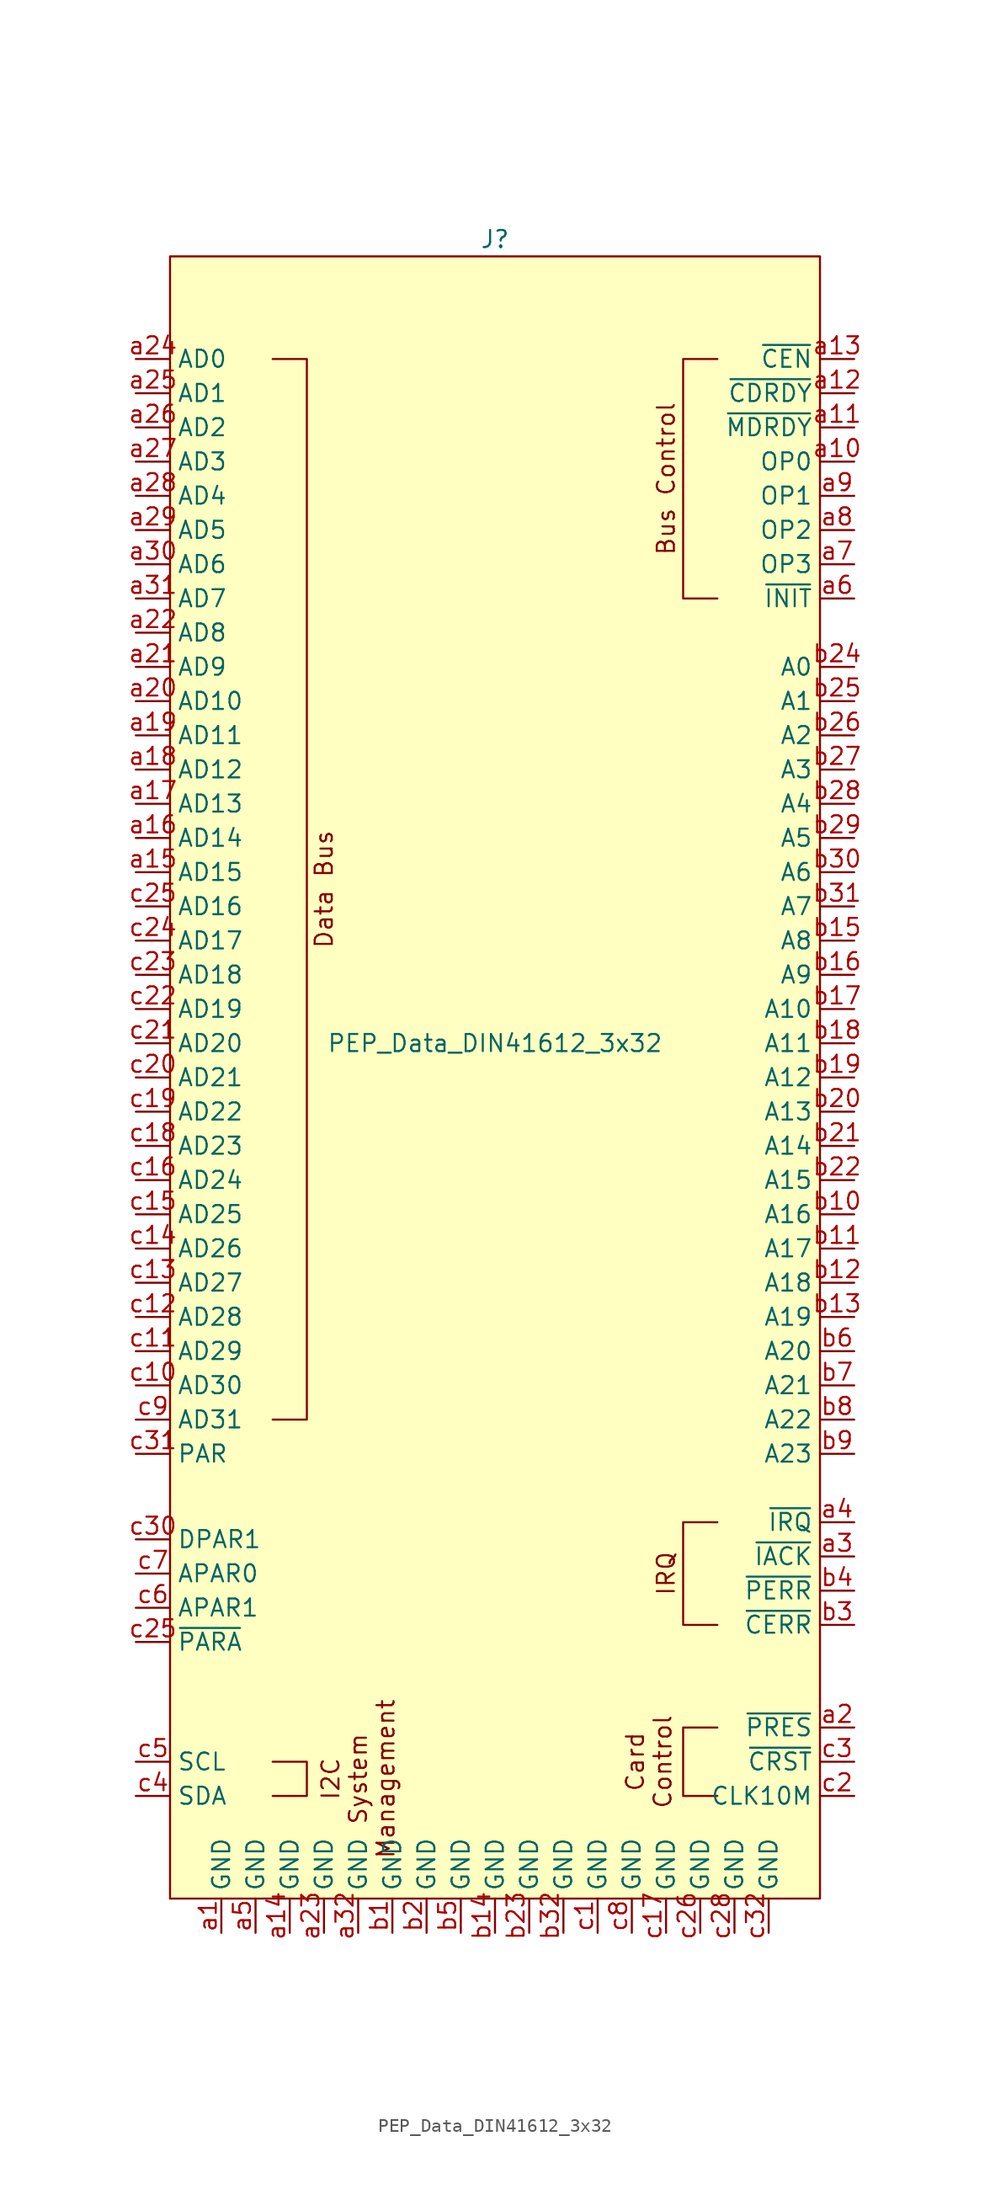
<source format=kicad_sym>
(kicad_symbol_lib
  (version 20220914)
  (generator kicad_symbol_editor)
  (symbol "PEP_Data_DIN41612_3x32"
    (property "Reference" "J"
      (at 0 59.69 0)
      (effects (font (size 1.27 1.27))))
    (property "Value" "PEP_Data_DIN41612_3x32"
      (at 0 0 0)
      (effects (font (size 1.27 1.27))))
    (symbol "PEP_Data_DIN41612_3x32_0_1"
      (polyline (pts (xy -16.51 50.8) (xy -13.97 50.8) (xy -13.97 -27.94) (xy -16.51 -27.94)) (stroke (width 0) (type default)) (fill (type none))))
    (symbol "PEP_Data_DIN41612_3x32_1_1"
      (rectangle (start -24.13 58.42) (end 24.13 -63.5) (stroke (width 0) (type default)) (fill (type background)))
      (polyline (pts (xy -16.51 -53.34) (xy -13.97 -53.34) (xy -13.97 -55.88) (xy -16.51 -55.88)) (stroke (width 0) (type default)) (fill (type none)))
      (polyline (pts (xy 16.51 -50.8) (xy 13.97 -50.8) (xy 13.97 -55.88) (xy 16.51 -55.88)) (stroke (width 0) (type default)) (fill (type none)))
      (polyline (pts (xy 16.51 -35.56) (xy 13.97 -35.56) (xy 13.97 -43.18) (xy 16.51 -43.18)) (stroke (width 0) (type default)) (fill (type none)))
      (polyline (pts (xy 16.51 50.8) (xy 13.97 50.8) (xy 13.97 33.02) (xy 16.51 33.02)) (stroke (width 0) (type default)) (fill (type none)))
      (text "Bus Control" (at 12.7 41.91 900) (effects (font (size 1.27 1.27))))
      (text "Card\nControl\n" (at 11.43 -53.34 900) (effects (font (size 1.27 1.27))))
      (text "Data Bus" (at -12.7 11.43 900) (effects (font (size 1.27 1.27))))
      (text "I2C\nSystem\nManagement" (at -10.16 -54.61 900) (effects (font (size 1.27 1.27))))
      (text "IRQ" (at 12.7 -39.37 900) (effects (font (size 1.27 1.27))))
      (pin power_in line (at -20.32 -66.04 90) (length 2.54) (name "GND" (effects (font (size 1.27 1.27)))) (number "a1" (effects (font (size 1.27 1.27)))))
      (pin input line (at 26.67 43.18 180) (length 2.54) (name "OP0" (effects (font (size 1.27 1.27)))) (number "a10" (effects (font (size 1.27 1.27)))))
      (pin input line (at 26.67 45.72 180) (length 2.54) (name "~{MDRDY}" (effects (font (size 1.27 1.27)))) (number "a11" (effects (font (size 1.27 1.27)))))
      (pin input line (at 26.67 48.26 180) (length 2.54) (name "~{CDRDY}" (effects (font (size 1.27 1.27)))) (number "a12" (effects (font (size 1.27 1.27)))))
      (pin input line (at 26.67 50.8 180) (length 2.54) (name "~{CEN}" (effects (font (size 1.27 1.27)))) (number "a13" (effects (font (size 1.27 1.27)))))
      (pin power_in line (at -15.24 -66.04 90) (length 2.54) (name "GND" (effects (font (size 1.27 1.27)))) (number "a14" (effects (font (size 1.27 1.27)))))
      (pin bidirectional line (at -26.67 12.7 0) (length 2.54) (name "AD15" (effects (font (size 1.27 1.27)))) (number "a15" (effects (font (size 1.27 1.27)))))
      (pin bidirectional line (at -26.67 15.24 0) (length 2.54) (name "AD14" (effects (font (size 1.27 1.27)))) (number "a16" (effects (font (size 1.27 1.27)))))
      (pin bidirectional line (at -26.67 17.78 0) (length 2.54) (name "AD13" (effects (font (size 1.27 1.27)))) (number "a17" (effects (font (size 1.27 1.27)))))
      (pin bidirectional line (at -26.67 20.32 0) (length 2.54) (name "AD12" (effects (font (size 1.27 1.27)))) (number "a18" (effects (font (size 1.27 1.27)))))
      (pin bidirectional line (at -26.67 22.86 0) (length 2.54) (name "AD11" (effects (font (size 1.27 1.27)))) (number "a19" (effects (font (size 1.27 1.27)))))
      (pin output line (at 26.67 -50.8 180) (length 2.54) (name "~{PRES}" (effects (font (size 1.27 1.27)))) (number "a2" (effects (font (size 1.27 1.27)))))
      (pin bidirectional line (at -26.67 25.4 0) (length 2.54) (name "AD10" (effects (font (size 1.27 1.27)))) (number "a20" (effects (font (size 1.27 1.27)))))
      (pin bidirectional line (at -26.67 27.94 0) (length 2.54) (name "AD9" (effects (font (size 1.27 1.27)))) (number "a21" (effects (font (size 1.27 1.27)))))
      (pin bidirectional line (at -26.67 30.48 0) (length 2.54) (name "AD8" (effects (font (size 1.27 1.27)))) (number "a22" (effects (font (size 1.27 1.27)))))
      (pin power_in line (at -12.7 -66.04 90) (length 2.54) (name "GND" (effects (font (size 1.27 1.27)))) (number "a23" (effects (font (size 1.27 1.27)))))
      (pin bidirectional line (at -26.67 50.8 0) (length 2.54) (name "AD0" (effects (font (size 1.27 1.27)))) (number "a24" (effects (font (size 1.27 1.27)))))
      (pin bidirectional line (at -26.67 48.26 0) (length 2.54) (name "AD1" (effects (font (size 1.27 1.27)))) (number "a25" (effects (font (size 1.27 1.27)))))
      (pin bidirectional line (at -26.67 45.72 0) (length 2.54) (name "AD2" (effects (font (size 1.27 1.27)))) (number "a26" (effects (font (size 1.27 1.27)))))
      (pin bidirectional line (at -26.67 43.18 0) (length 2.54) (name "AD3" (effects (font (size 1.27 1.27)))) (number "a27" (effects (font (size 1.27 1.27)))))
      (pin bidirectional line (at -26.67 40.64 0) (length 2.54) (name "AD4" (effects (font (size 1.27 1.27)))) (number "a28" (effects (font (size 1.27 1.27)))))
      (pin bidirectional line (at -26.67 38.1 0) (length 2.54) (name "AD5" (effects (font (size 1.27 1.27)))) (number "a29" (effects (font (size 1.27 1.27)))))
      (pin input line (at 26.67 -38.1 180) (length 2.54) (name "~{IACK}" (effects (font (size 1.27 1.27)))) (number "a3" (effects (font (size 1.27 1.27)))))
      (pin bidirectional line (at -26.67 35.56 0) (length 2.54) (name "AD6" (effects (font (size 1.27 1.27)))) (number "a30" (effects (font (size 1.27 1.27)))))
      (pin bidirectional line (at -26.67 33.02 0) (length 2.54) (name "AD7" (effects (font (size 1.27 1.27)))) (number "a31" (effects (font (size 1.27 1.27)))))
      (pin power_in line (at -10.16 -66.04 90) (length 2.54) (name "GND" (effects (font (size 1.27 1.27)))) (number "a32" (effects (font (size 1.27 1.27)))))
      (pin output line (at 26.67 -35.56 180) (length 2.54) (name "~{IRQ}" (effects (font (size 1.27 1.27)))) (number "a4" (effects (font (size 1.27 1.27)))))
      (pin power_in line (at -17.78 -66.04 90) (length 2.54) (name "GND" (effects (font (size 1.27 1.27)))) (number "a5" (effects (font (size 1.27 1.27)))))
      (pin output line (at 26.67 33.02 180) (length 2.54) (name "~{INIT}" (effects (font (size 1.27 1.27)))) (number "a6" (effects (font (size 1.27 1.27)))))
      (pin output line (at 26.67 35.56 180) (length 2.54) (name "OP3" (effects (font (size 1.27 1.27)))) (number "a7" (effects (font (size 1.27 1.27)))))
      (pin output line (at 26.67 38.1 180) (length 2.54) (name "OP2" (effects (font (size 1.27 1.27)))) (number "a8" (effects (font (size 1.27 1.27)))))
      (pin output line (at 26.67 40.64 180) (length 2.54) (name "OP1" (effects (font (size 1.27 1.27)))) (number "a9" (effects (font (size 1.27 1.27)))))
      (pin power_in line (at -7.62 -66.04 90) (length 2.54) (name "GND" (effects (font (size 1.27 1.27)))) (number "b1" (effects (font (size 1.27 1.27)))))
      (pin input line (at 26.67 -12.7 180) (length 2.54) (name "A16" (effects (font (size 1.27 1.27)))) (number "b10" (effects (font (size 1.27 1.27)))))
      (pin input line (at 26.67 -15.24 180) (length 2.54) (name "A17" (effects (font (size 1.27 1.27)))) (number "b11" (effects (font (size 1.27 1.27)))))
      (pin input line (at 26.67 -17.78 180) (length 2.54) (name "A18" (effects (font (size 1.27 1.27)))) (number "b12" (effects (font (size 1.27 1.27)))))
      (pin input line (at 26.67 -20.32 180) (length 2.54) (name "A19" (effects (font (size 1.27 1.27)))) (number "b13" (effects (font (size 1.27 1.27)))))
      (pin power_in line (at 0 -66.04 90) (length 2.54) (name "GND" (effects (font (size 1.27 1.27)))) (number "b14" (effects (font (size 1.27 1.27)))))
      (pin input line (at 26.67 7.62 180) (length 2.54) (name "A8" (effects (font (size 1.27 1.27)))) (number "b15" (effects (font (size 1.27 1.27)))))
      (pin input line (at 26.67 5.08 180) (length 2.54) (name "A9" (effects (font (size 1.27 1.27)))) (number "b16" (effects (font (size 1.27 1.27)))))
      (pin input line (at 26.67 2.54 180) (length 2.54) (name "A10" (effects (font (size 1.27 1.27)))) (number "b17" (effects (font (size 1.27 1.27)))))
      (pin input line (at 26.67 0 180) (length 2.54) (name "A11" (effects (font (size 1.27 1.27)))) (number "b18" (effects (font (size 1.27 1.27)))))
      (pin input line (at 26.67 -2.54 180) (length 2.54) (name "A12" (effects (font (size 1.27 1.27)))) (number "b19" (effects (font (size 1.27 1.27)))))
      (pin power_in line (at -5.08 -66.04 90) (length 2.54) (name "GND" (effects (font (size 1.27 1.27)))) (number "b2" (effects (font (size 1.27 1.27)))))
      (pin input line (at 26.67 -5.08 180) (length 2.54) (name "A13" (effects (font (size 1.27 1.27)))) (number "b20" (effects (font (size 1.27 1.27)))))
      (pin input line (at 26.67 -7.62 180) (length 2.54) (name "A14" (effects (font (size 1.27 1.27)))) (number "b21" (effects (font (size 1.27 1.27)))))
      (pin input line (at 26.67 -10.16 180) (length 2.54) (name "A15" (effects (font (size 1.27 1.27)))) (number "b22" (effects (font (size 1.27 1.27)))))
      (pin power_in line (at 2.54 -66.04 90) (length 2.54) (name "GND" (effects (font (size 1.27 1.27)))) (number "b23" (effects (font (size 1.27 1.27)))))
      (pin input line (at 26.67 27.94 180) (length 2.54) (name "A0" (effects (font (size 1.27 1.27)))) (number "b24" (effects (font (size 1.27 1.27)))))
      (pin input line (at 26.67 25.4 180) (length 2.54) (name "A1" (effects (font (size 1.27 1.27)))) (number "b25" (effects (font (size 1.27 1.27)))))
      (pin input line (at 26.67 22.86 180) (length 2.54) (name "A2" (effects (font (size 1.27 1.27)))) (number "b26" (effects (font (size 1.27 1.27)))))
      (pin input line (at 26.67 20.32 180) (length 2.54) (name "A3" (effects (font (size 1.27 1.27)))) (number "b27" (effects (font (size 1.27 1.27)))))
      (pin input line (at 26.67 17.78 180) (length 2.54) (name "A4" (effects (font (size 1.27 1.27)))) (number "b28" (effects (font (size 1.27 1.27)))))
      (pin input line (at 26.67 15.24 180) (length 2.54) (name "A5" (effects (font (size 1.27 1.27)))) (number "b29" (effects (font (size 1.27 1.27)))))
      (pin input line (at 26.67 -43.18 180) (length 2.54) (name "~{CERR}" (effects (font (size 1.27 1.27)))) (number "b3" (effects (font (size 1.27 1.27)))))
      (pin input line (at 26.67 12.7 180) (length 2.54) (name "A6" (effects (font (size 1.27 1.27)))) (number "b30" (effects (font (size 1.27 1.27)))))
      (pin input line (at 26.67 10.16 180) (length 2.54) (name "A7" (effects (font (size 1.27 1.27)))) (number "b31" (effects (font (size 1.27 1.27)))))
      (pin power_in line (at 5.08 -66.04 90) (length 2.54) (name "GND" (effects (font (size 1.27 1.27)))) (number "b32" (effects (font (size 1.27 1.27)))))
      (pin output line (at 26.67 -40.64 180) (length 2.54) (name "~{PERR}" (effects (font (size 1.27 1.27)))) (number "b4" (effects (font (size 1.27 1.27)))))
      (pin power_in line (at -2.54 -66.04 90) (length 2.54) (name "GND" (effects (font (size 1.27 1.27)))) (number "b5" (effects (font (size 1.27 1.27)))))
      (pin input line (at 26.67 -22.86 180) (length 2.54) (name "A20" (effects (font (size 1.27 1.27)))) (number "b6" (effects (font (size 1.27 1.27)))))
      (pin input line (at 26.67 -25.4 180) (length 2.54) (name "A21" (effects (font (size 1.27 1.27)))) (number "b7" (effects (font (size 1.27 1.27)))))
      (pin input line (at 26.67 -27.94 180) (length 2.54) (name "A22" (effects (font (size 1.27 1.27)))) (number "b8" (effects (font (size 1.27 1.27)))))
      (pin input line (at 26.67 -30.48 180) (length 2.54) (name "A23" (effects (font (size 1.27 1.27)))) (number "b9" (effects (font (size 1.27 1.27)))))
      (pin power_in line (at 7.62 -66.04 90) (length 2.54) (name "GND" (effects (font (size 1.27 1.27)))) (number "c1" (effects (font (size 1.27 1.27)))))
      (pin bidirectional line (at -26.67 -25.4 0) (length 2.54) (name "AD30" (effects (font (size 1.27 1.27)))) (number "c10" (effects (font (size 1.27 1.27)))))
      (pin bidirectional line (at -26.67 -22.86 0) (length 2.54) (name "AD29" (effects (font (size 1.27 1.27)))) (number "c11" (effects (font (size 1.27 1.27)))))
      (pin bidirectional line (at -26.67 -20.32 0) (length 2.54) (name "AD28" (effects (font (size 1.27 1.27)))) (number "c12" (effects (font (size 1.27 1.27)))))
      (pin bidirectional line (at -26.67 -17.78 0) (length 2.54) (name "AD27" (effects (font (size 1.27 1.27)))) (number "c13" (effects (font (size 1.27 1.27)))))
      (pin bidirectional line (at -26.67 -15.24 0) (length 2.54) (name "AD26" (effects (font (size 1.27 1.27)))) (number "c14" (effects (font (size 1.27 1.27)))))
      (pin bidirectional line (at -26.67 -12.7 0) (length 2.54) (name "AD25" (effects (font (size 1.27 1.27)))) (number "c15" (effects (font (size 1.27 1.27)))))
      (pin bidirectional line (at -26.67 -10.16 0) (length 2.54) (name "AD24" (effects (font (size 1.27 1.27)))) (number "c16" (effects (font (size 1.27 1.27)))))
      (pin power_in line (at 12.7 -66.04 90) (length 2.54) (name "GND" (effects (font (size 1.27 1.27)))) (number "c17" (effects (font (size 1.27 1.27)))))
      (pin bidirectional line (at -26.67 -7.62 0) (length 2.54) (name "AD23" (effects (font (size 1.27 1.27)))) (number "c18" (effects (font (size 1.27 1.27)))))
      (pin bidirectional line (at -26.67 -5.08 0) (length 2.54) (name "AD22" (effects (font (size 1.27 1.27)))) (number "c19" (effects (font (size 1.27 1.27)))))
      (pin input line (at 26.67 -55.88 180) (length 2.54) (name "CLK10M" (effects (font (size 1.27 1.27)))) (number "c2" (effects (font (size 1.27 1.27)))))
      (pin bidirectional line (at -26.67 -2.54 0) (length 2.54) (name "AD21" (effects (font (size 1.27 1.27)))) (number "c20" (effects (font (size 1.27 1.27)))))
      (pin bidirectional line (at -26.67 0 0) (length 2.54) (name "AD20" (effects (font (size 1.27 1.27)))) (number "c21" (effects (font (size 1.27 1.27)))))
      (pin bidirectional line (at -26.67 2.54 0) (length 2.54) (name "AD19" (effects (font (size 1.27 1.27)))) (number "c22" (effects (font (size 1.27 1.27)))))
      (pin bidirectional line (at -26.67 5.08 0) (length 2.54) (name "AD18" (effects (font (size 1.27 1.27)))) (number "c23" (effects (font (size 1.27 1.27)))))
      (pin bidirectional line (at -26.67 7.62 0) (length 2.54) (name "AD17" (effects (font (size 1.27 1.27)))) (number "c24" (effects (font (size 1.27 1.27)))))
      (pin bidirectional line (at -26.67 10.16 0) (length 2.54) (name "AD16" (effects (font (size 1.27 1.27)))) (number "c25" (effects (font (size 1.27 1.27)))))
      (pin output line (at -26.67 -44.45 0) (length 2.54) (name "~{PARA}" (effects (font (size 1.27 1.27)))) (number "c25" (effects (font (size 1.27 1.27)))))
      (pin power_in line (at 15.24 -66.04 90) (length 2.54) (name "GND" (effects (font (size 1.27 1.27)))) (number "c26" (effects (font (size 1.27 1.27)))))
      (pin no_connect line (at -26.67 -62.23 0) (length 2.54) hide (name "NC" (effects (font (size 1.27 1.27)))) (number "c27" (effects (font (size 1.27 1.27)))))
      (pin power_in line (at 17.78 -66.04 90) (length 2.54) (name "GND" (effects (font (size 1.27 1.27)))) (number "c28" (effects (font (size 1.27 1.27)))))
      (pin no_connect line (at -26.67 -62.23 0) (length 2.54) hide (name "NC" (effects (font (size 1.27 1.27)))) (number "c29" (effects (font (size 1.27 1.27)))))
      (pin input line (at 26.67 -53.34 180) (length 2.54) (name "~{CRST}" (effects (font (size 1.27 1.27)))) (number "c3" (effects (font (size 1.27 1.27)))))
      (pin bidirectional line (at -26.67 -36.83 0) (length 2.54) (name "DPAR1" (effects (font (size 1.27 1.27)))) (number "c30" (effects (font (size 1.27 1.27)))))
      (pin bidirectional line (at -26.67 -30.48 0) (length 2.54) (name "PAR" (effects (font (size 1.27 1.27)))) (number "c31" (effects (font (size 1.27 1.27)))))
      (pin power_in line (at 20.32 -66.04 90) (length 2.54) (name "GND" (effects (font (size 1.27 1.27)))) (number "c32" (effects (font (size 1.27 1.27)))))
      (pin bidirectional line (at -26.67 -55.88 0) (length 2.54) (name "SDA" (effects (font (size 1.27 1.27)))) (number "c4" (effects (font (size 1.27 1.27)))))
      (pin input line (at -26.67 -53.34 0) (length 2.54) (name "SCL" (effects (font (size 1.27 1.27)))) (number "c5" (effects (font (size 1.27 1.27)))))
      (pin input line (at -26.67 -41.91 0) (length 2.54) (name "APAR1" (effects (font (size 1.27 1.27)))) (number "c6" (effects (font (size 1.27 1.27)))))
      (pin input line (at -26.67 -39.37 0) (length 2.54) (name "APAR0" (effects (font (size 1.27 1.27)))) (number "c7" (effects (font (size 1.27 1.27)))))
      (pin power_in line (at 10.16 -66.04 90) (length 2.54) (name "GND" (effects (font (size 1.27 1.27)))) (number "c8" (effects (font (size 1.27 1.27)))))
      (pin bidirectional line (at -26.67 -27.94 0) (length 2.54) (name "AD31" (effects (font (size 1.27 1.27)))) (number "c9" (effects (font (size 1.27 1.27))))))))
</source>
